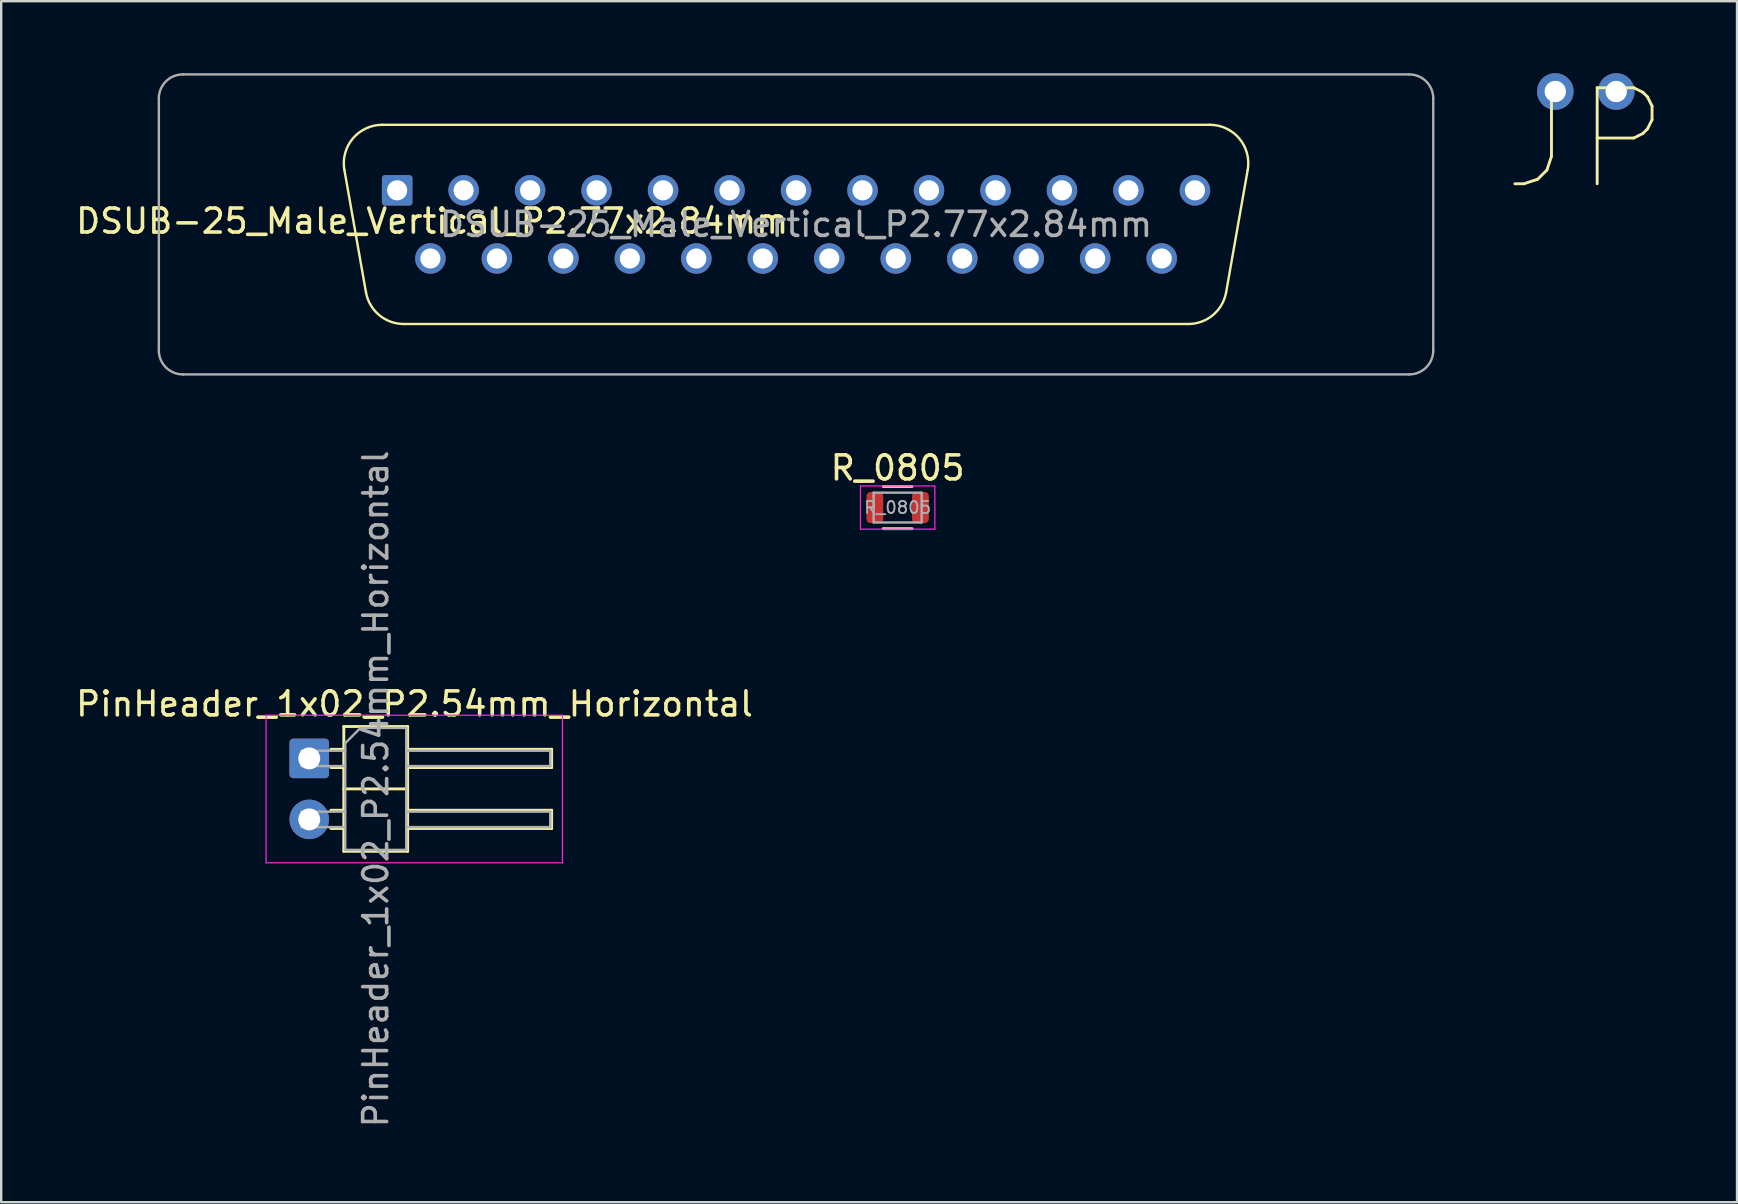
<source format=kicad_pcb>
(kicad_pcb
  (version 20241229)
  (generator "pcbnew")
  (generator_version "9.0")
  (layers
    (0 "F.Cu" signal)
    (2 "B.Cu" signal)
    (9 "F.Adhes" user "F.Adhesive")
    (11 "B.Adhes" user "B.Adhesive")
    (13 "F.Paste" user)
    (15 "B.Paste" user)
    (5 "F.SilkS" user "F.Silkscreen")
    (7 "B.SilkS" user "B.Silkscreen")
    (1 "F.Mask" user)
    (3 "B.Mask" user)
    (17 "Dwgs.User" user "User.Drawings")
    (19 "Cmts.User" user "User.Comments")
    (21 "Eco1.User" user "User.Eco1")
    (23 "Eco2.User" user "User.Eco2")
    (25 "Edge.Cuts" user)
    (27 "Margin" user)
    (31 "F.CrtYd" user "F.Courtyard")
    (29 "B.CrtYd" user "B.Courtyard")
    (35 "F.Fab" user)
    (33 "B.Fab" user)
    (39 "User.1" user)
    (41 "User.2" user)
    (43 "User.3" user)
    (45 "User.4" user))
  (footprint "R_0805"
    (layer "F.Cu")
    (at 34.351 18.098)
    (property "Reference" "R_0805" (at 0 -1.65 0) (layer "F.SilkS") (effects (font (size 1 1) (thickness 0.15))))
    (attr smd)
    (fp_line (start -0.6 -0.88) (end 0.6 -0.88) (stroke (width 0.12) (type solid)) (layer "F.SilkS"))
    (fp_line (start 0.6 0.88) (end -0.6 0.88) (stroke (width 0.12) (type solid)) (layer "F.SilkS"))
    (fp_line (start -1.55 -0.9) (end -1.55 0.9) (stroke (width 0.05) (type solid)) (layer "F.CrtYd"))
    (fp_line (start -1.55 -0.9) (end 1.55 -0.9) (stroke (width 0.05) (type solid)) (layer "F.CrtYd"))
    (fp_line (start 1.55 0.9) (end -1.55 0.9) (stroke (width 0.05) (type solid)) (layer "F.CrtYd"))
    (fp_line (start 1.55 0.9) (end 1.55 -0.9) (stroke (width 0.05) (type solid)) (layer "F.CrtYd"))
    (fp_line (start -1 -0.62) (end 1 -0.62) (stroke (width 0.1) (type solid)) (layer "F.Fab"))
    (fp_line (start -1 0.62) (end -1 -0.62) (stroke (width 0.1) (type solid)) (layer "F.Fab"))
    (fp_line (start 1 -0.62) (end 1 0.62) (stroke (width 0.1) (type solid)) (layer "F.Fab"))
    (fp_line (start 1 0.62) (end -1 0.62) (stroke (width 0.1) (type solid)) (layer "F.Fab"))
    (fp_text user "${REFERENCE}" (at 0 0 0) (layer "F.Fab") (effects (font (size 0.5 0.5) (thickness 0.075))))
    (pad "1" smd roundrect (at -0.95 0) (size 0.7 1.3) (layers "F.Cu" "F.Mask" "F.Paste") (roundrect_rratio 0.25))
    (pad "2" smd roundrect (at 0.95 0) (size 0.7 1.3) (layers "F.Cu" "F.Mask" "F.Paste") (roundrect_rratio 0.25)))
  (footprint "JP"
    (layer "F.Cu")
    (at 63.022 0.762)
    (property "Reference" "JP" (at 0 2 0) (layer "F.SilkS") (effects (font (size 4 4) (thickness 0.12))))
    (attr through_hole)
    (pad "1" thru_hole circle (at -1.27 0) (size 1.524 1.524) (drill 0.889) (layers "*.Cu" "*.Mask"))
    (pad "2" thru_hole circle (at 1.27 0) (size 1.524 1.524) (drill 0.889) (layers "*.Cu" "*.Mask")))
  (footprint "PinHeader_1x02_P2.54mm_Horizontal"
    (layer "F.Cu")
    (at 9.835 28.55)
    (property "Reference" "PinHeader_1x02_P2.54mm_Horizontal" (at 4.385 -2.27 0) (layer "F.SilkS") (effects (font (size 1 1) (thickness 0.15))))
    (attr through_hole)
    (fp_line (start 0.9 -0.38) (end 1.44 -0.38) (stroke (width 0.12) (type solid)) (layer "F.SilkS"))
    (fp_line (start 0.9 0.38) (end 1.44 0.38) (stroke (width 0.12) (type solid)) (layer "F.SilkS"))
    (fp_line (start 0.9 2.16) (end 1.44 2.16) (stroke (width 0.12) (type solid)) (layer "F.SilkS"))
    (fp_line (start 0.9 2.92) (end 1.44 2.92) (stroke (width 0.12) (type solid)) (layer "F.SilkS"))
    (fp_line (start 1.44 -1.33) (end 1.44 3.87) (stroke (width 0.12) (type solid)) (layer "F.SilkS"))
    (fp_line (start 1.44 1.27) (end 4.1 1.27) (stroke (width 0.12) (type solid)) (layer "F.SilkS"))
    (fp_line (start 1.44 3.87) (end 4.1 3.87) (stroke (width 0.12) (type solid)) (layer "F.SilkS"))
    (fp_line (start 4.1 -1.33) (end 1.44 -1.33) (stroke (width 0.12) (type solid)) (layer "F.SilkS"))
    (fp_line (start 4.1 -0.38) (end 10.1 -0.38) (stroke (width 0.12) (type solid)) (layer "F.SilkS"))
    (fp_line (start 4.1 2.16) (end 10.1 2.16) (stroke (width 0.12) (type solid)) (layer "F.SilkS"))
    (fp_line (start 4.1 3.87) (end 4.1 -1.33) (stroke (width 0.12) (type solid)) (layer "F.SilkS"))
    (fp_line (start 10.1 -0.38) (end 10.1 0.38) (stroke (width 0.12) (type solid)) (layer "F.SilkS"))
    (fp_line (start 10.1 0.38) (end 4.1 0.38) (stroke (width 0.12) (type solid)) (layer "F.SilkS"))
    (fp_line (start 10.1 2.16) (end 10.1 2.92) (stroke (width 0.12) (type solid)) (layer "F.SilkS"))
    (fp_line (start 10.1 2.92) (end 4.1 2.92) (stroke (width 0.12) (type solid)) (layer "F.SilkS"))
    (fp_line (start -1.8 -1.8) (end -1.8 4.35) (stroke (width 0.05) (type solid)) (layer "F.CrtYd"))
    (fp_line (start -1.8 4.35) (end 10.55 4.35) (stroke (width 0.05) (type solid)) (layer "F.CrtYd"))
    (fp_line (start 10.55 -1.8) (end -1.8 -1.8) (stroke (width 0.05) (type solid)) (layer "F.CrtYd"))
    (fp_line (start 10.55 4.35) (end 10.55 -1.8) (stroke (width 0.05) (type solid)) (layer "F.CrtYd"))
    (fp_line (start -0.32 -0.32) (end -0.32 0.32) (stroke (width 0.1) (type solid)) (layer "F.Fab"))
    (fp_line (start -0.32 -0.32) (end 1.5 -0.32) (stroke (width 0.1) (type solid)) (layer "F.Fab"))
    (fp_line (start -0.32 0.32) (end 1.5 0.32) (stroke (width 0.1) (type solid)) (layer "F.Fab"))
    (fp_line (start -0.32 2.22) (end -0.32 2.86) (stroke (width 0.1) (type solid)) (layer "F.Fab"))
    (fp_line (start -0.32 2.22) (end 1.5 2.22) (stroke (width 0.1) (type solid)) (layer "F.Fab"))
    (fp_line (start -0.32 2.86) (end 1.5 2.86) (stroke (width 0.1) (type solid)) (layer "F.Fab"))
    (fp_line (start 1.5 -0.635) (end 2.135 -1.27) (stroke (width 0.1) (type solid)) (layer "F.Fab"))
    (fp_line (start 1.5 3.81) (end 1.5 -0.635) (stroke (width 0.1) (type solid)) (layer "F.Fab"))
    (fp_line (start 2.135 -1.27) (end 4.04 -1.27) (stroke (width 0.1) (type solid)) (layer "F.Fab"))
    (fp_line (start 4.04 -1.27) (end 4.04 3.81) (stroke (width 0.1) (type solid)) (layer "F.Fab"))
    (fp_line (start 4.04 -0.32) (end 10.04 -0.32) (stroke (width 0.1) (type solid)) (layer "F.Fab"))
    (fp_line (start 4.04 0.32) (end 10.04 0.32) (stroke (width 0.1) (type solid)) (layer "F.Fab"))
    (fp_line (start 4.04 2.22) (end 10.04 2.22) (stroke (width 0.1) (type solid)) (layer "F.Fab"))
    (fp_line (start 4.04 2.86) (end 10.04 2.86) (stroke (width 0.1) (type solid)) (layer "F.Fab"))
    (fp_line (start 4.04 3.81) (end 1.5 3.81) (stroke (width 0.1) (type solid)) (layer "F.Fab"))
    (fp_line (start 10.04 -0.32) (end 10.04 0.32) (stroke (width 0.1) (type solid)) (layer "F.Fab"))
    (fp_line (start 10.04 2.22) (end 10.04 2.86) (stroke (width 0.1) (type solid)) (layer "F.Fab"))
    (fp_text user "${REFERENCE}" (at 2.77 1.27 90) (layer "F.Fab") (effects (font (size 1 1) (thickness 0.15))))
    (pad "1" thru_hole roundrect (at 0 0) (size 1.651 1.651) (drill 0.914) (layers "*.Cu" "*.Mask") (roundrect_rratio 0.1))
    (pad "2" thru_hole custom (at 0 2.54) (size 1.651 1.651) (drill 0.914) (layers "*.Cu" "*.Mask") (options (anchor circle)) (primitives)))
  (footprint "DSUB-25_Male_Vertical_P2.77x2.84mm"
    (layer "F.Cu")
    (at 13.498 4.88)
    (property "Reference" "DSUB-25_Male_Vertical_P2.77x2.84mm" (at 1.46 1.283 180) (layer "F.SilkS") (effects (font (size 1 1) (thickness 0.15))))
    (attr through_hole)
    (fp_line (start -2.199 -0.852) (end -1.3 4.248) (stroke (width 0.1) (type solid)) (layer "F.SilkS"))
    (fp_line (start -0.623 -2.73) (end 33.863 -2.73) (stroke (width 0.1) (type solid)) (layer "F.SilkS"))
    (fp_line (start 0.276 5.57) (end 32.964 5.57) (stroke (width 0.1) (type solid)) (layer "F.SilkS"))
    (fp_line (start 35.439 -0.852) (end 34.54 4.248) (stroke (width 0.1) (type solid)) (layer "F.SilkS"))
    (fp_arc (start -2.198886 -0.852163) (mid -1.848865 -2.15846) (end -0.623194 -2.73) (stroke (width 0.1) (type solid)) (layer "F.SilkS"))
    (fp_arc (start 0.276073 5.57) (mid -0.752387 5.195671) (end -1.299619 4.247837) (stroke (width 0.1) (type solid)) (layer "F.SilkS"))
    (fp_arc (start 33.863194 -2.73) (mid 35.088865 -2.15846) (end 35.438886 -0.852163) (stroke (width 0.1) (type solid)) (layer "F.SilkS"))
    (fp_arc (start 34.539619 4.247837) (mid 33.992387 5.195671) (end 32.963927 5.57) (stroke (width 0.1) (type solid)) (layer "F.SilkS"))
    (fp_line (start -9.93 6.67) (end -9.93 -3.83) (stroke (width 0.1) (type solid)) (layer "F.Fab"))
    (fp_line (start -8.93 -4.83) (end 42.17 -4.83) (stroke (width 0.1) (type solid)) (layer "F.Fab"))
    (fp_line (start 42.17 7.67) (end -8.93 7.67) (stroke (width 0.1) (type solid)) (layer "F.Fab"))
    (fp_line (start 43.17 -3.83) (end 43.17 6.67) (stroke (width 0.1) (type solid)) (layer "F.Fab"))
    (fp_arc (start -9.93 -3.83) (mid -9.637107 -4.537107) (end -8.93 -4.83) (stroke (width 0.1) (type solid)) (layer "F.Fab"))
    (fp_arc (start -8.93 7.67) (mid -9.637107 7.377107) (end -9.93 6.67) (stroke (width 0.1) (type solid)) (layer "F.Fab"))
    (fp_arc (start 42.17 -4.83) (mid 42.877107 -4.537107) (end 43.17 -3.83) (stroke (width 0.1) (type solid)) (layer "F.Fab"))
    (fp_arc (start 43.17 6.67) (mid 42.877107 7.377107) (end 42.17 7.67) (stroke (width 0.1) (type solid)) (layer "F.Fab"))
    (fp_text user "${REFERENCE}" (at 16.62 1.42 180) (layer "F.Fab") (effects (font (size 1 1) (thickness 0.15))))
    (pad "1" thru_hole roundrect (at 0 0) (size 1.27 1.27) (drill 0.838) (layers "*.Cu" "*.Mask") (roundrect_rratio 0.1))
    (pad "2" thru_hole circle (at 2.77 0) (size 1.27 1.27) (drill 0.838) (layers "*.Cu" "*.Mask"))
    (pad "3" thru_hole circle (at 5.54 0) (size 1.27 1.27) (drill 0.838) (layers "*.Cu" "*.Mask"))
    (pad "4" thru_hole circle (at 8.31 0) (size 1.27 1.27) (drill 0.838) (layers "*.Cu" "*.Mask"))
    (pad "5" thru_hole circle (at 11.08 0) (size 1.27 1.27) (drill 0.838) (layers "*.Cu" "*.Mask"))
    (pad "6" thru_hole circle (at 13.85 0) (size 1.27 1.27) (drill 0.838) (layers "*.Cu" "*.Mask"))
    (pad "7" thru_hole circle (at 16.62 0) (size 1.27 1.27) (drill 0.838) (layers "*.Cu" "*.Mask"))
    (pad "8" thru_hole circle (at 19.39 0) (size 1.27 1.27) (drill 0.838) (layers "*.Cu" "*.Mask"))
    (pad "9" thru_hole circle (at 22.16 0) (size 1.27 1.27) (drill 0.838) (layers "*.Cu" "*.Mask"))
    (pad "10" thru_hole circle (at 24.93 0) (size 1.27 1.27) (drill 0.838) (layers "*.Cu" "*.Mask"))
    (pad "11" thru_hole circle (at 27.7 0) (size 1.27 1.27) (drill 0.838) (layers "*.Cu" "*.Mask"))
    (pad "12" thru_hole circle (at 30.47 0) (size 1.27 1.27) (drill 0.838) (layers "*.Cu" "*.Mask"))
    (pad "13" thru_hole circle (at 33.24 0) (size 1.27 1.27) (drill 0.838) (layers "*.Cu" "*.Mask"))
    (pad "14" thru_hole circle (at 1.385 2.84) (size 1.27 1.27) (drill 0.838) (layers "*.Cu" "*.Mask"))
    (pad "15" thru_hole circle (at 4.155 2.84) (size 1.27 1.27) (drill 0.838) (layers "*.Cu" "*.Mask"))
    (pad "16" thru_hole circle (at 6.925 2.84) (size 1.27 1.27) (drill 0.838) (layers "*.Cu" "*.Mask"))
    (pad "17" thru_hole circle (at 9.695 2.84) (size 1.27 1.27) (drill 0.838) (layers "*.Cu" "*.Mask"))
    (pad "18" thru_hole circle (at 12.465 2.84) (size 1.27 1.27) (drill 0.838) (layers "*.Cu" "*.Mask"))
    (pad "19" thru_hole circle (at 15.235 2.84) (size 1.27 1.27) (drill 0.838) (layers "*.Cu" "*.Mask"))
    (pad "20" thru_hole circle (at 18.005 2.84) (size 1.27 1.27) (drill 0.838) (layers "*.Cu" "*.Mask"))
    (pad "21" thru_hole circle (at 20.775 2.84) (size 1.27 1.27) (drill 0.838) (layers "*.Cu" "*.Mask"))
    (pad "22" thru_hole circle (at 23.545 2.84) (size 1.27 1.27) (drill 0.838) (layers "*.Cu" "*.Mask"))
    (pad "23" thru_hole circle (at 26.315 2.84) (size 1.27 1.27) (drill 0.838) (layers "*.Cu" "*.Mask"))
    (pad "24" thru_hole circle (at 29.085 2.84) (size 1.27 1.27) (drill 0.838) (layers "*.Cu" "*.Mask"))
    (pad "25" thru_hole circle (at 31.855 2.84) (size 1.27 1.27) (drill 0.838) (layers "*.Cu" "*.Mask")))
  (gr_rect
    (start -3 -3)
    (end 69.325 47.04)
    (stroke (width 0.1) (type default))
    (fill no)
    (layer "Edge.Cuts")))
</source>
